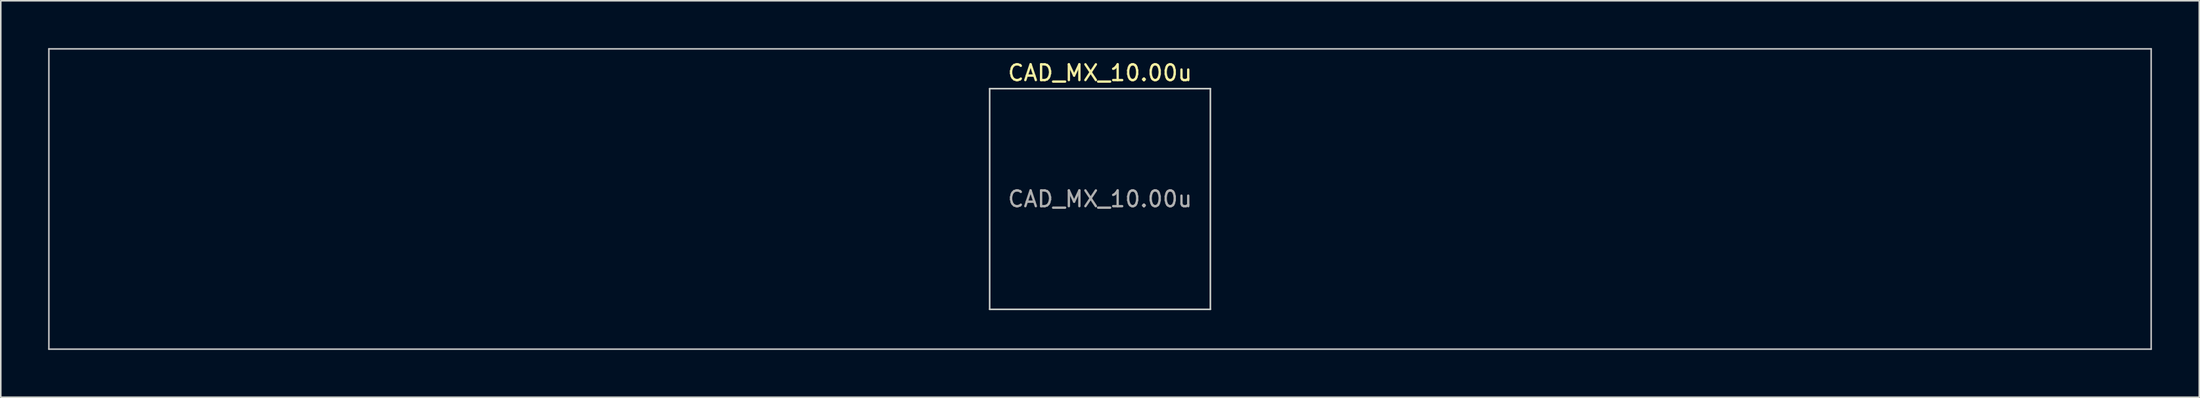
<source format=kicad_pcb>
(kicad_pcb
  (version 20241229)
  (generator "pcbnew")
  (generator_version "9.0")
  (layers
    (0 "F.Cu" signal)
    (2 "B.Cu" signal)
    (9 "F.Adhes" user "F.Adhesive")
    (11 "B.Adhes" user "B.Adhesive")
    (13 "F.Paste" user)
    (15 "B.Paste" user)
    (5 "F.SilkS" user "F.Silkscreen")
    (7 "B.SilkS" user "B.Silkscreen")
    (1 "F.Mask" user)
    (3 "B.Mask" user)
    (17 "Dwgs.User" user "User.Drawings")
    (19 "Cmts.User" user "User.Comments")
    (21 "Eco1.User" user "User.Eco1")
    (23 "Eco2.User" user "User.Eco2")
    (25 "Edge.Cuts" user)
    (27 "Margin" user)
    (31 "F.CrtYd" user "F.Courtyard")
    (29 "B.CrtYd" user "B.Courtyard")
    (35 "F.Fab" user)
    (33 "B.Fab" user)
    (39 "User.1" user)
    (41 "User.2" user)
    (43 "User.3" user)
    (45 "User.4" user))
  (footprint "CAD_MX_10.00u"
    (layer "F.Cu")
    (at 66.725 9.575)
    (property "Reference" "CAD_MX_10.00u" (at 0 -8 0) (layer "F.SilkS") (effects (font (size 1 1) (thickness 0.15))))
    (attr through_hole)
    (fp_line (start -66.675 -9.525) (end -66.675 9.525) (stroke (width 0.1) (type solid)) (layer "Dwgs.User"))
    (fp_line (start -66.675 9.525) (end 66.675 9.525) (stroke (width 0.1) (type solid)) (layer "Dwgs.User"))
    (fp_line (start 66.675 -9.525) (end -66.675 -9.525) (stroke (width 0.1) (type solid)) (layer "Dwgs.User"))
    (fp_line (start 66.675 9.525) (end 66.675 -9.525) (stroke (width 0.1) (type solid)) (layer "Dwgs.User"))
    (fp_line (start -7 -7) (end -7 7) (stroke (width 0.1) (type solid)) (layer "Edge.Cuts"))
    (fp_line (start -7 7) (end 7 7) (stroke (width 0.1) (type solid)) (layer "Edge.Cuts"))
    (fp_line (start 7 -7) (end -7 -7) (stroke (width 0.1) (type solid)) (layer "Edge.Cuts"))
    (fp_line (start 7 7) (end 7 -7) (stroke (width 0.1) (type solid)) (layer "Edge.Cuts"))
    (fp_text user "${REFERENCE}" (at 0 0 0) (layer "F.Fab") (effects (font (size 1 1) (thickness 0.15)))))
  (gr_rect
    (start -3 -3)
    (end 136.45 22.15)
    (stroke (width 0.1) (type default))
    (fill no)
    (layer "Edge.Cuts")))
</source>
